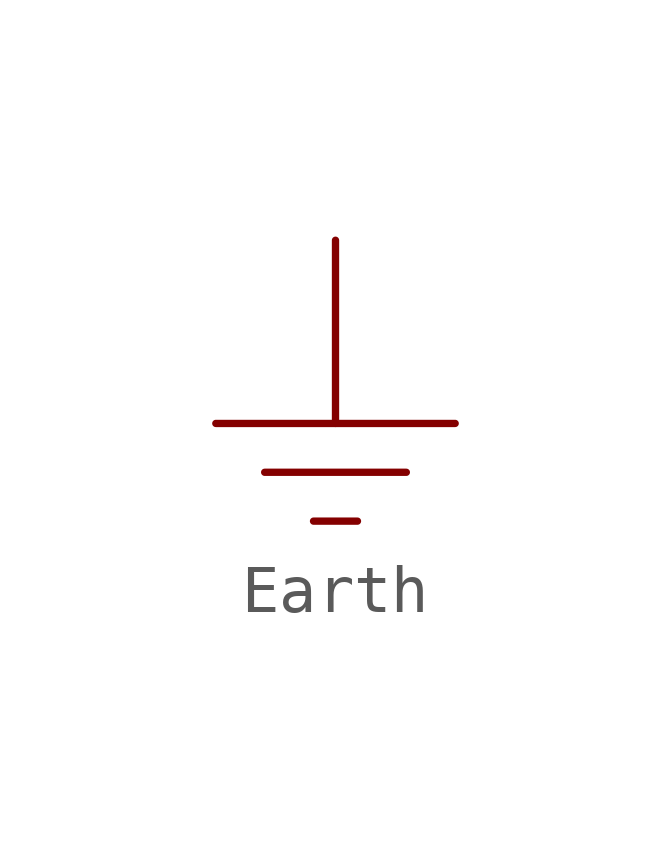
<source format=kicad_sym>
(kicad_symbol_lib
  (version 20231120)
  (generator "kicad_symbol_editor")
  (generator_version "8.0")
  (symbol "Earth"
    (power)
    (pin_numbers hide)
    (pin_names
      (offset 0) hide)
    (property "Reference" "#PWR"
      (at 0 1.27 0)
      (effects (font (size 1.524 1.524)) (hide yes)))
    (property "Footprint" ""
      (at 0 0 0)
      (effects (font (size 1.524 1.524))))
    (symbol "Earth_0_1"
      (polyline (pts (xy -2.489 -3.81) (xy 2.489 -3.81)) (stroke (width 0) (type solid)) (fill (type none)))
      (polyline (pts (xy -1.473 -4.826) (xy 1.473 -4.826)) (stroke (width 0) (type solid)) (fill (type none)))
      (polyline (pts (xy -0.457 -5.842) (xy 0.457 -5.842)) (stroke (width 0) (type solid)) (fill (type none)))
      (polyline (pts (xy 0 0) (xy 0 -3.81)) (stroke (width 0) (type solid)) (fill (type none))))
    (symbol "Earth_1_1"
      (pin passive line (at 0 0 270) (length 0) hide (name "Earth" (effects (font (size 1.27 1.27)))) (number "1" (effects (font (size 1.27 1.27))))))))
</source>
